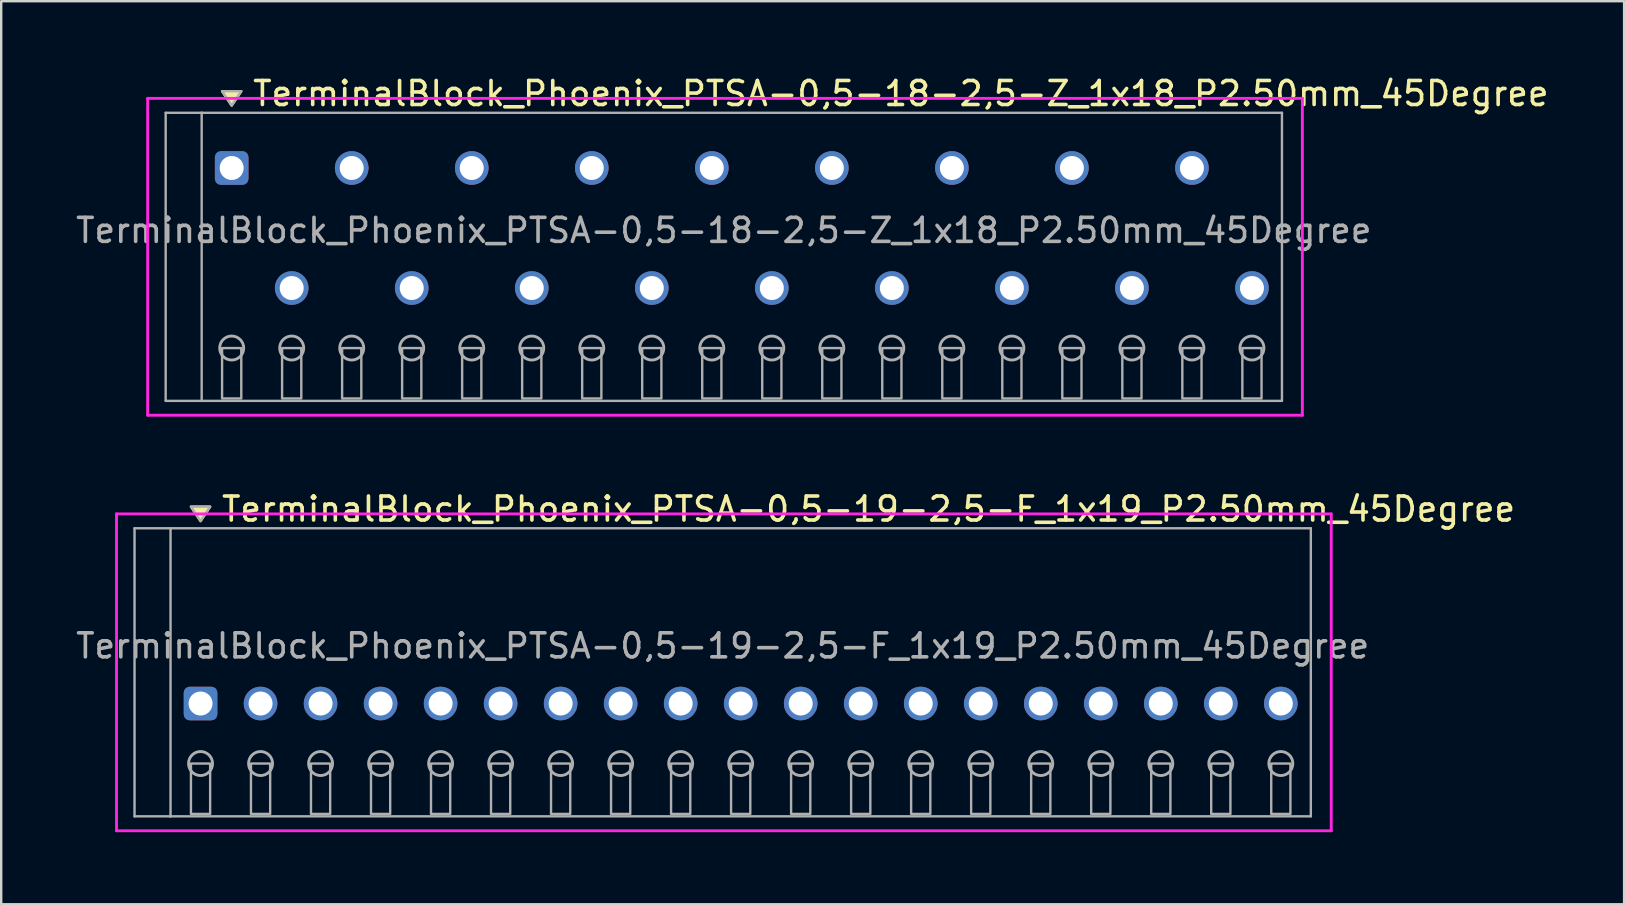
<source format=kicad_pcb>
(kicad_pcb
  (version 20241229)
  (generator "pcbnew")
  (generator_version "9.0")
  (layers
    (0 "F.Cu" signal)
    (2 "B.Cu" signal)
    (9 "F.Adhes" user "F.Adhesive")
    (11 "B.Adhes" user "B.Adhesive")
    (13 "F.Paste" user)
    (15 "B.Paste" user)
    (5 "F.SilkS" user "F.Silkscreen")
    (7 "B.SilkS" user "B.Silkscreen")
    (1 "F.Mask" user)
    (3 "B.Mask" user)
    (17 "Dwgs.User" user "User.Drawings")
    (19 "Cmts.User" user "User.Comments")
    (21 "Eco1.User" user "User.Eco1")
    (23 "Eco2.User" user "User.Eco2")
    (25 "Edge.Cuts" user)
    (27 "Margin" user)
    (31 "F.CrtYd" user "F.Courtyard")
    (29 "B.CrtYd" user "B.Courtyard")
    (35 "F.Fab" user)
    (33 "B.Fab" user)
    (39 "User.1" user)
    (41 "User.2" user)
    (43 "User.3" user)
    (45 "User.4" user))
  (footprint "TerminalBlock_Phoenix_PTSA-0,5-19-2,5-F_1x19_P2.50mm_45Degree"
    (layer "F.Cu")
    (at 5.304 26.256)
    (property "Reference" "TerminalBlock_Phoenix_PTSA-0,5-19-2,5-F_1x19_P2.50mm_45Degree" (at 0.8 -8.1 0) (layer "F.SilkS") (effects (font (size 1 1) (thickness 0.15)) (justify left)))
    (attr through_hole)
    (fp_poly (pts (xy 0 -7.6) (xy -0.4 -8.2) (xy 0.4 -8.2)) (stroke (width 0.1) (type solid)) (fill yes) (layer "F.SilkS"))
    (fp_line (start -3.5 -7.9) (end 47.1 -7.9) (stroke (width 0.12) (type solid)) (layer "F.CrtYd"))
    (fp_line (start -3.5 5.3) (end -3.5 -7.9) (stroke (width 0.12) (type solid)) (layer "F.CrtYd"))
    (fp_line (start 47.1 -7.9) (end 47.1 5.3) (stroke (width 0.12) (type solid)) (layer "F.CrtYd"))
    (fp_line (start 47.1 5.3) (end -3.5 5.3) (stroke (width 0.12) (type solid)) (layer "F.CrtYd"))
    (fp_line (start -2.75 -7.3) (end -1.25 -7.3) (stroke (width 0.1) (type solid)) (layer "F.Fab"))
    (fp_line (start -2.75 4.7) (end -2.75 -7.3) (stroke (width 0.1) (type solid)) (layer "F.Fab"))
    (fp_line (start -1.25 -7.3) (end -1.25 4.7) (stroke (width 0.1) (type solid)) (layer "F.Fab"))
    (fp_line (start -1.25 4.7) (end -2.75 4.7) (stroke (width 0.1) (type solid)) (layer "F.Fab"))
    (fp_line (start -1.25 4.7) (end 46.25 4.7) (stroke (width 0.1) (type solid)) (layer "F.Fab"))
    (fp_line (start 46.25 -7.3) (end -1.25 -7.3) (stroke (width 0.1) (type solid)) (layer "F.Fab"))
    (fp_line (start 46.25 4.7) (end 46.25 -7.3) (stroke (width 0.1) (type solid)) (layer "F.Fab"))
    (fp_circle (center 0 2.5) (end -0.5 2.5) (stroke (width 0.12) (type solid)) (fill no) (layer "F.Fab"))
    (fp_circle (center 2.5 2.5) (end 2 2.5) (stroke (width 0.12) (type solid)) (fill no) (layer "F.Fab"))
    (fp_circle (center 5 2.5) (end 4.5 2.5) (stroke (width 0.12) (type solid)) (fill no) (layer "F.Fab"))
    (fp_circle (center 7.5 2.5) (end 7 2.5) (stroke (width 0.12) (type solid)) (fill no) (layer "F.Fab"))
    (fp_circle (center 10 2.5) (end 9.5 2.5) (stroke (width 0.12) (type solid)) (fill no) (layer "F.Fab"))
    (fp_circle (center 12.5 2.5) (end 12 2.5) (stroke (width 0.12) (type solid)) (fill no) (layer "F.Fab"))
    (fp_circle (center 15 2.5) (end 14.5 2.5) (stroke (width 0.12) (type solid)) (fill no) (layer "F.Fab"))
    (fp_circle (center 17.5 2.5) (end 17 2.5) (stroke (width 0.12) (type solid)) (fill no) (layer "F.Fab"))
    (fp_circle (center 20 2.5) (end 19.5 2.5) (stroke (width 0.12) (type solid)) (fill no) (layer "F.Fab"))
    (fp_circle (center 22.5 2.5) (end 22 2.5) (stroke (width 0.12) (type solid)) (fill no) (layer "F.Fab"))
    (fp_circle (center 25 2.5) (end 24.5 2.5) (stroke (width 0.12) (type solid)) (fill no) (layer "F.Fab"))
    (fp_circle (center 27.5 2.5) (end 27 2.5) (stroke (width 0.12) (type solid)) (fill no) (layer "F.Fab"))
    (fp_circle (center 30 2.5) (end 29.5 2.5) (stroke (width 0.12) (type solid)) (fill no) (layer "F.Fab"))
    (fp_circle (center 32.5 2.5) (end 32 2.5) (stroke (width 0.12) (type solid)) (fill no) (layer "F.Fab"))
    (fp_circle (center 35 2.5) (end 34.5 2.5) (stroke (width 0.12) (type solid)) (fill no) (layer "F.Fab"))
    (fp_circle (center 37.5 2.5) (end 37 2.5) (stroke (width 0.12) (type solid)) (fill no) (layer "F.Fab"))
    (fp_circle (center 40 2.5) (end 39.5 2.5) (stroke (width 0.12) (type solid)) (fill no) (layer "F.Fab"))
    (fp_circle (center 42.5 2.5) (end 42 2.5) (stroke (width 0.12) (type solid)) (fill no) (layer "F.Fab"))
    (fp_circle (center 45 2.5) (end 44.5 2.5) (stroke (width 0.12) (type solid)) (fill no) (layer "F.Fab"))
    (fp_poly (pts (xy 0 -7.6) (xy -0.4 -8.2) (xy 0.4 -8.2)) (stroke (width 0.1) (type solid)) (fill no) (layer "F.Fab"))
    (fp_poly (pts (xy -0.4 2.5) (xy -0.4 4.6) (xy 0.4 4.6) (xy 0.4 2.5)) (stroke (width 0.1) (type solid)) (fill no) (layer "F.Fab"))
    (fp_poly (pts (xy 2.1 2.5) (xy 2.1 4.6) (xy 2.9 4.6) (xy 2.9 2.5)) (stroke (width 0.1) (type solid)) (fill no) (layer "F.Fab"))
    (fp_poly (pts (xy 4.6 2.5) (xy 4.6 4.6) (xy 5.4 4.6) (xy 5.4 2.5)) (stroke (width 0.1) (type solid)) (fill no) (layer "F.Fab"))
    (fp_poly (pts (xy 7.1 2.5) (xy 7.1 4.6) (xy 7.9 4.6) (xy 7.9 2.5)) (stroke (width 0.1) (type solid)) (fill no) (layer "F.Fab"))
    (fp_poly (pts (xy 9.6 2.5) (xy 9.6 4.6) (xy 10.4 4.6) (xy 10.4 2.5)) (stroke (width 0.1) (type solid)) (fill no) (layer "F.Fab"))
    (fp_poly (pts (xy 12.1 2.5) (xy 12.1 4.6) (xy 12.9 4.6) (xy 12.9 2.5)) (stroke (width 0.1) (type solid)) (fill no) (layer "F.Fab"))
    (fp_poly (pts (xy 14.6 2.5) (xy 14.6 4.6) (xy 15.4 4.6) (xy 15.4 2.5)) (stroke (width 0.1) (type solid)) (fill no) (layer "F.Fab"))
    (fp_poly (pts (xy 17.1 2.5) (xy 17.1 4.6) (xy 17.9 4.6) (xy 17.9 2.5)) (stroke (width 0.1) (type solid)) (fill no) (layer "F.Fab"))
    (fp_poly (pts (xy 19.6 2.5) (xy 19.6 4.6) (xy 20.4 4.6) (xy 20.4 2.5)) (stroke (width 0.1) (type solid)) (fill no) (layer "F.Fab"))
    (fp_poly (pts (xy 22.1 2.5) (xy 22.1 4.6) (xy 22.9 4.6) (xy 22.9 2.5)) (stroke (width 0.1) (type solid)) (fill no) (layer "F.Fab"))
    (fp_poly (pts (xy 24.6 2.5) (xy 24.6 4.6) (xy 25.4 4.6) (xy 25.4 2.5)) (stroke (width 0.1) (type solid)) (fill no) (layer "F.Fab"))
    (fp_poly (pts (xy 27.1 2.5) (xy 27.1 4.6) (xy 27.9 4.6) (xy 27.9 2.5)) (stroke (width 0.1) (type solid)) (fill no) (layer "F.Fab"))
    (fp_poly (pts (xy 29.6 2.5) (xy 29.6 4.6) (xy 30.4 4.6) (xy 30.4 2.5)) (stroke (width 0.1) (type solid)) (fill no) (layer "F.Fab"))
    (fp_poly (pts (xy 32.1 2.5) (xy 32.1 4.6) (xy 32.9 4.6) (xy 32.9 2.5)) (stroke (width 0.1) (type solid)) (fill no) (layer "F.Fab"))
    (fp_poly (pts (xy 34.6 2.5) (xy 34.6 4.6) (xy 35.4 4.6) (xy 35.4 2.5)) (stroke (width 0.1) (type solid)) (fill no) (layer "F.Fab"))
    (fp_poly (pts (xy 37.1 2.5) (xy 37.1 4.6) (xy 37.9 4.6) (xy 37.9 2.5)) (stroke (width 0.1) (type solid)) (fill no) (layer "F.Fab"))
    (fp_poly (pts (xy 39.6 2.5) (xy 39.6 4.6) (xy 40.4 4.6) (xy 40.4 2.5)) (stroke (width 0.1) (type solid)) (fill no) (layer "F.Fab"))
    (fp_poly (pts (xy 42.1 2.5) (xy 42.1 4.6) (xy 42.9 4.6) (xy 42.9 2.5)) (stroke (width 0.1) (type solid)) (fill no) (layer "F.Fab"))
    (fp_poly (pts (xy 44.6 2.5) (xy 44.6 4.6) (xy 45.4 4.6) (xy 45.4 2.5)) (stroke (width 0.1) (type solid)) (fill no) (layer "F.Fab"))
    (fp_text user "${REFERENCE}" (at 21.75 -2.4 0) (layer "F.Fab") (effects (font (size 1 1) (thickness 0.15))))
    (pad "1" thru_hole roundrect (at 0 0) (size 1.4 1.4) (drill 1) (layers "*.Cu" "*.Mask") (roundrect_rratio 0.179))
    (pad "2" thru_hole oval (at 2.5 0) (size 1.4 1.4) (drill 1) (layers "*.Cu" "*.Mask"))
    (pad "3" thru_hole oval (at 5 0) (size 1.4 1.4) (drill 1) (layers "*.Cu" "*.Mask"))
    (pad "4" thru_hole oval (at 7.5 0) (size 1.4 1.4) (drill 1) (layers "*.Cu" "*.Mask"))
    (pad "5" thru_hole oval (at 10 0) (size 1.4 1.4) (drill 1) (layers "*.Cu" "*.Mask"))
    (pad "6" thru_hole oval (at 12.5 0) (size 1.4 1.4) (drill 1) (layers "*.Cu" "*.Mask"))
    (pad "7" thru_hole oval (at 15 0) (size 1.4 1.4) (drill 1) (layers "*.Cu" "*.Mask"))
    (pad "8" thru_hole oval (at 17.5 0) (size 1.4 1.4) (drill 1) (layers "*.Cu" "*.Mask"))
    (pad "9" thru_hole oval (at 20 0) (size 1.4 1.4) (drill 1) (layers "*.Cu" "*.Mask"))
    (pad "10" thru_hole oval (at 22.5 0) (size 1.4 1.4) (drill 1) (layers "*.Cu" "*.Mask"))
    (pad "11" thru_hole oval (at 25 0) (size 1.4 1.4) (drill 1) (layers "*.Cu" "*.Mask"))
    (pad "12" thru_hole oval (at 27.5 0) (size 1.4 1.4) (drill 1) (layers "*.Cu" "*.Mask"))
    (pad "13" thru_hole oval (at 30 0) (size 1.4 1.4) (drill 1) (layers "*.Cu" "*.Mask"))
    (pad "14" thru_hole oval (at 32.5 0) (size 1.4 1.4) (drill 1) (layers "*.Cu" "*.Mask"))
    (pad "15" thru_hole oval (at 35 0) (size 1.4 1.4) (drill 1) (layers "*.Cu" "*.Mask"))
    (pad "16" thru_hole oval (at 37.5 0) (size 1.4 1.4) (drill 1) (layers "*.Cu" "*.Mask"))
    (pad "17" thru_hole oval (at 40 0) (size 1.4 1.4) (drill 1) (layers "*.Cu" "*.Mask"))
    (pad "18" thru_hole oval (at 42.5 0) (size 1.4 1.4) (drill 1) (layers "*.Cu" "*.Mask"))
    (pad "19" thru_hole oval (at 45 0) (size 1.4 1.4) (drill 1) (layers "*.Cu" "*.Mask")))
  (footprint "TerminalBlock_Phoenix_PTSA-0,5-18-2,5-Z_1x18_P2.50mm_45Degree"
    (layer "F.Cu")
    (at 6.601 8.948)
    (property "Reference" "TerminalBlock_Phoenix_PTSA-0,5-18-2,5-Z_1x18_P2.50mm_45Degree" (at 0.8 -8.1 0) (layer "F.SilkS") (effects (font (size 1 1) (thickness 0.15)) (justify left)))
    (attr through_hole)
    (fp_poly (pts (xy 0 -7.6) (xy -0.4 -8.2) (xy 0.4 -8.2)) (stroke (width 0.1) (type solid)) (fill yes) (layer "F.SilkS"))
    (fp_line (start -3.5 -7.9) (end 44.6 -7.9) (stroke (width 0.12) (type solid)) (layer "F.CrtYd"))
    (fp_line (start -3.5 5.3) (end -3.5 -7.9) (stroke (width 0.12) (type solid)) (layer "F.CrtYd"))
    (fp_line (start 44.6 -7.9) (end 44.6 5.3) (stroke (width 0.12) (type solid)) (layer "F.CrtYd"))
    (fp_line (start 44.6 5.3) (end -3.5 5.3) (stroke (width 0.12) (type solid)) (layer "F.CrtYd"))
    (fp_line (start -2.75 -7.3) (end -1.25 -7.3) (stroke (width 0.1) (type solid)) (layer "F.Fab"))
    (fp_line (start -2.75 4.7) (end -2.75 -7.3) (stroke (width 0.1) (type solid)) (layer "F.Fab"))
    (fp_line (start -1.25 -7.3) (end -1.25 4.7) (stroke (width 0.1) (type solid)) (layer "F.Fab"))
    (fp_line (start -1.25 4.7) (end -2.75 4.7) (stroke (width 0.1) (type solid)) (layer "F.Fab"))
    (fp_line (start -1.25 4.7) (end 43.75 4.7) (stroke (width 0.1) (type solid)) (layer "F.Fab"))
    (fp_line (start 43.75 -7.3) (end -1.25 -7.3) (stroke (width 0.1) (type solid)) (layer "F.Fab"))
    (fp_line (start 43.75 4.7) (end 43.75 -7.3) (stroke (width 0.1) (type solid)) (layer "F.Fab"))
    (fp_circle (center 0 2.5) (end -0.5 2.5) (stroke (width 0.12) (type solid)) (fill no) (layer "F.Fab"))
    (fp_circle (center 2.5 2.5) (end 2 2.5) (stroke (width 0.12) (type solid)) (fill no) (layer "F.Fab"))
    (fp_circle (center 5 2.5) (end 4.5 2.5) (stroke (width 0.12) (type solid)) (fill no) (layer "F.Fab"))
    (fp_circle (center 7.5 2.5) (end 7 2.5) (stroke (width 0.12) (type solid)) (fill no) (layer "F.Fab"))
    (fp_circle (center 10 2.5) (end 9.5 2.5) (stroke (width 0.12) (type solid)) (fill no) (layer "F.Fab"))
    (fp_circle (center 12.5 2.5) (end 12 2.5) (stroke (width 0.12) (type solid)) (fill no) (layer "F.Fab"))
    (fp_circle (center 15 2.5) (end 14.5 2.5) (stroke (width 0.12) (type solid)) (fill no) (layer "F.Fab"))
    (fp_circle (center 17.5 2.5) (end 17 2.5) (stroke (width 0.12) (type solid)) (fill no) (layer "F.Fab"))
    (fp_circle (center 20 2.5) (end 19.5 2.5) (stroke (width 0.12) (type solid)) (fill no) (layer "F.Fab"))
    (fp_circle (center 22.5 2.5) (end 22 2.5) (stroke (width 0.12) (type solid)) (fill no) (layer "F.Fab"))
    (fp_circle (center 25 2.5) (end 24.5 2.5) (stroke (width 0.12) (type solid)) (fill no) (layer "F.Fab"))
    (fp_circle (center 27.5 2.5) (end 27 2.5) (stroke (width 0.12) (type solid)) (fill no) (layer "F.Fab"))
    (fp_circle (center 30 2.5) (end 29.5 2.5) (stroke (width 0.12) (type solid)) (fill no) (layer "F.Fab"))
    (fp_circle (center 32.5 2.5) (end 32 2.5) (stroke (width 0.12) (type solid)) (fill no) (layer "F.Fab"))
    (fp_circle (center 35 2.5) (end 34.5 2.5) (stroke (width 0.12) (type solid)) (fill no) (layer "F.Fab"))
    (fp_circle (center 37.5 2.5) (end 37 2.5) (stroke (width 0.12) (type solid)) (fill no) (layer "F.Fab"))
    (fp_circle (center 40 2.5) (end 39.5 2.5) (stroke (width 0.12) (type solid)) (fill no) (layer "F.Fab"))
    (fp_circle (center 42.5 2.5) (end 42 2.5) (stroke (width 0.12) (type solid)) (fill no) (layer "F.Fab"))
    (fp_poly (pts (xy 0 -7.6) (xy -0.4 -8.2) (xy 0.4 -8.2)) (stroke (width 0.1) (type solid)) (fill no) (layer "F.Fab"))
    (fp_poly (pts (xy -0.4 2.5) (xy -0.4 4.6) (xy 0.4 4.6) (xy 0.4 2.5)) (stroke (width 0.1) (type solid)) (fill no) (layer "F.Fab"))
    (fp_poly (pts (xy 2.1 2.5) (xy 2.1 4.6) (xy 2.9 4.6) (xy 2.9 2.5)) (stroke (width 0.1) (type solid)) (fill no) (layer "F.Fab"))
    (fp_poly (pts (xy 4.6 2.5) (xy 4.6 4.6) (xy 5.4 4.6) (xy 5.4 2.5)) (stroke (width 0.1) (type solid)) (fill no) (layer "F.Fab"))
    (fp_poly (pts (xy 7.1 2.5) (xy 7.1 4.6) (xy 7.9 4.6) (xy 7.9 2.5)) (stroke (width 0.1) (type solid)) (fill no) (layer "F.Fab"))
    (fp_poly (pts (xy 9.6 2.5) (xy 9.6 4.6) (xy 10.4 4.6) (xy 10.4 2.5)) (stroke (width 0.1) (type solid)) (fill no) (layer "F.Fab"))
    (fp_poly (pts (xy 12.1 2.5) (xy 12.1 4.6) (xy 12.9 4.6) (xy 12.9 2.5)) (stroke (width 0.1) (type solid)) (fill no) (layer "F.Fab"))
    (fp_poly (pts (xy 14.6 2.5) (xy 14.6 4.6) (xy 15.4 4.6) (xy 15.4 2.5)) (stroke (width 0.1) (type solid)) (fill no) (layer "F.Fab"))
    (fp_poly (pts (xy 17.1 2.5) (xy 17.1 4.6) (xy 17.9 4.6) (xy 17.9 2.5)) (stroke (width 0.1) (type solid)) (fill no) (layer "F.Fab"))
    (fp_poly (pts (xy 19.6 2.5) (xy 19.6 4.6) (xy 20.4 4.6) (xy 20.4 2.5)) (stroke (width 0.1) (type solid)) (fill no) (layer "F.Fab"))
    (fp_poly (pts (xy 22.1 2.5) (xy 22.1 4.6) (xy 22.9 4.6) (xy 22.9 2.5)) (stroke (width 0.1) (type solid)) (fill no) (layer "F.Fab"))
    (fp_poly (pts (xy 24.6 2.5) (xy 24.6 4.6) (xy 25.4 4.6) (xy 25.4 2.5)) (stroke (width 0.1) (type solid)) (fill no) (layer "F.Fab"))
    (fp_poly (pts (xy 27.1 2.5) (xy 27.1 4.6) (xy 27.9 4.6) (xy 27.9 2.5)) (stroke (width 0.1) (type solid)) (fill no) (layer "F.Fab"))
    (fp_poly (pts (xy 29.6 2.5) (xy 29.6 4.6) (xy 30.4 4.6) (xy 30.4 2.5)) (stroke (width 0.1) (type solid)) (fill no) (layer "F.Fab"))
    (fp_poly (pts (xy 32.1 2.5) (xy 32.1 4.6) (xy 32.9 4.6) (xy 32.9 2.5)) (stroke (width 0.1) (type solid)) (fill no) (layer "F.Fab"))
    (fp_poly (pts (xy 34.6 2.5) (xy 34.6 4.6) (xy 35.4 4.6) (xy 35.4 2.5)) (stroke (width 0.1) (type solid)) (fill no) (layer "F.Fab"))
    (fp_poly (pts (xy 37.1 2.5) (xy 37.1 4.6) (xy 37.9 4.6) (xy 37.9 2.5)) (stroke (width 0.1) (type solid)) (fill no) (layer "F.Fab"))
    (fp_poly (pts (xy 39.6 2.5) (xy 39.6 4.6) (xy 40.4 4.6) (xy 40.4 2.5)) (stroke (width 0.1) (type solid)) (fill no) (layer "F.Fab"))
    (fp_poly (pts (xy 42.1 2.5) (xy 42.1 4.6) (xy 42.9 4.6) (xy 42.9 2.5)) (stroke (width 0.1) (type solid)) (fill no) (layer "F.Fab"))
    (fp_text user "${REFERENCE}" (at 20.5 -2.4 0) (layer "F.Fab") (effects (font (size 1 1) (thickness 0.15))))
    (pad "1" thru_hole roundrect (at 0 -5) (size 1.4 1.4) (drill 1) (layers "*.Cu" "*.Mask") (roundrect_rratio 0.179))
    (pad "2" thru_hole oval (at 2.5 0) (size 1.4 1.4) (drill 1) (layers "*.Cu" "*.Mask"))
    (pad "3" thru_hole oval (at 5 -5) (size 1.4 1.4) (drill 1) (layers "*.Cu" "*.Mask"))
    (pad "4" thru_hole oval (at 7.5 0) (size 1.4 1.4) (drill 1) (layers "*.Cu" "*.Mask"))
    (pad "5" thru_hole oval (at 10 -5) (size 1.4 1.4) (drill 1) (layers "*.Cu" "*.Mask"))
    (pad "6" thru_hole oval (at 12.5 0) (size 1.4 1.4) (drill 1) (layers "*.Cu" "*.Mask"))
    (pad "7" thru_hole oval (at 15 -5) (size 1.4 1.4) (drill 1) (layers "*.Cu" "*.Mask"))
    (pad "8" thru_hole oval (at 17.5 0) (size 1.4 1.4) (drill 1) (layers "*.Cu" "*.Mask"))
    (pad "9" thru_hole oval (at 20 -5) (size 1.4 1.4) (drill 1) (layers "*.Cu" "*.Mask"))
    (pad "10" thru_hole oval (at 22.5 0) (size 1.4 1.4) (drill 1) (layers "*.Cu" "*.Mask"))
    (pad "11" thru_hole oval (at 25 -5) (size 1.4 1.4) (drill 1) (layers "*.Cu" "*.Mask"))
    (pad "12" thru_hole oval (at 27.5 0) (size 1.4 1.4) (drill 1) (layers "*.Cu" "*.Mask"))
    (pad "13" thru_hole oval (at 30 -5) (size 1.4 1.4) (drill 1) (layers "*.Cu" "*.Mask"))
    (pad "14" thru_hole oval (at 32.5 0) (size 1.4 1.4) (drill 1) (layers "*.Cu" "*.Mask"))
    (pad "15" thru_hole oval (at 35 -5) (size 1.4 1.4) (drill 1) (layers "*.Cu" "*.Mask"))
    (pad "16" thru_hole oval (at 37.5 0) (size 1.4 1.4) (drill 1) (layers "*.Cu" "*.Mask"))
    (pad "17" thru_hole oval (at 40 -5) (size 1.4 1.4) (drill 1) (layers "*.Cu" "*.Mask"))
    (pad "18" thru_hole oval (at 42.5 0) (size 1.4 1.4) (drill 1) (layers "*.Cu" "*.Mask")))
  (gr_rect
    (start -3 -3)
    (end 64.604 34.617)
    (stroke (width 0.1) (type default))
    (fill no)
    (layer "Edge.Cuts")))
</source>
